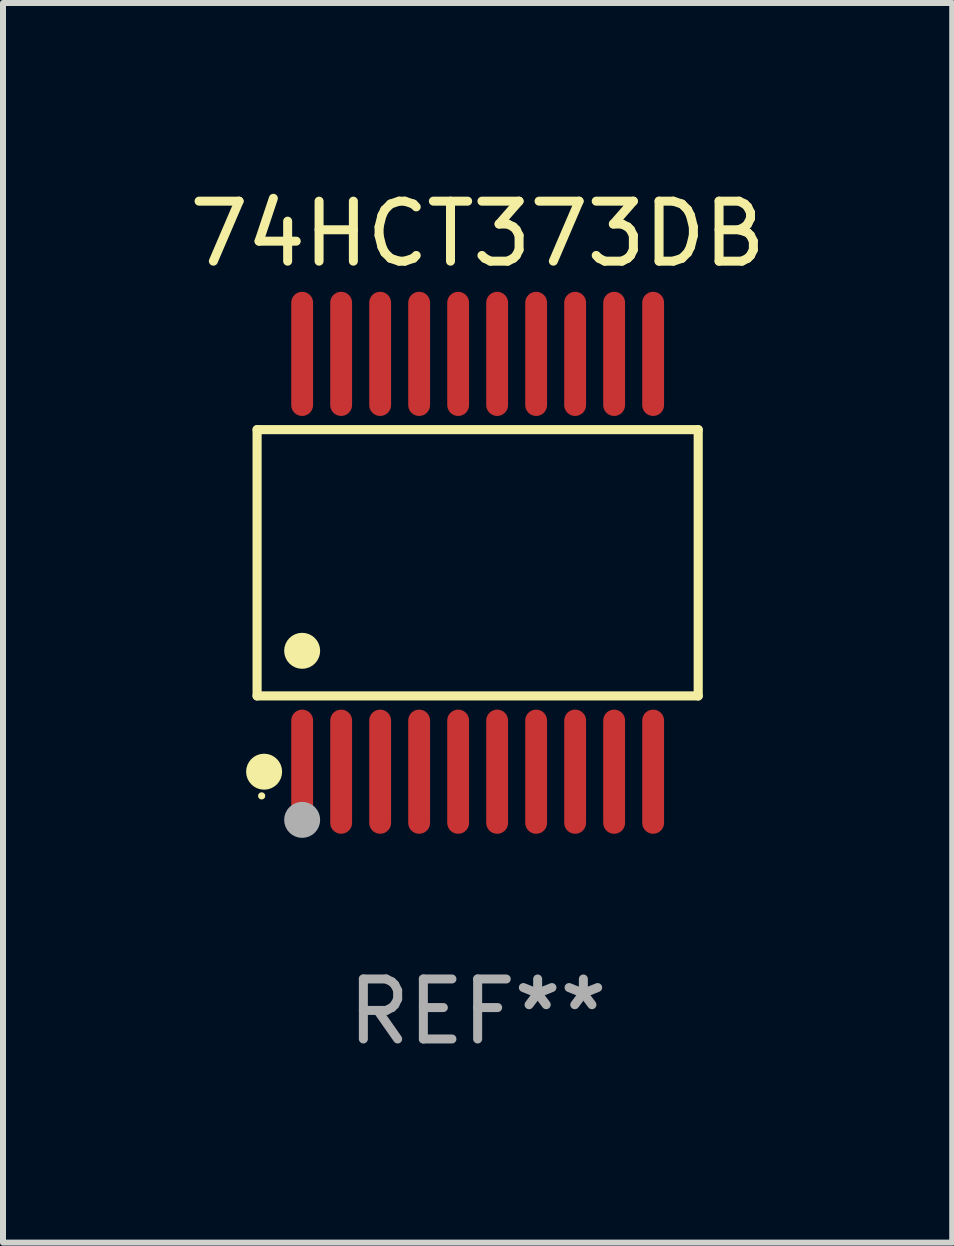
<source format=kicad_pcb>
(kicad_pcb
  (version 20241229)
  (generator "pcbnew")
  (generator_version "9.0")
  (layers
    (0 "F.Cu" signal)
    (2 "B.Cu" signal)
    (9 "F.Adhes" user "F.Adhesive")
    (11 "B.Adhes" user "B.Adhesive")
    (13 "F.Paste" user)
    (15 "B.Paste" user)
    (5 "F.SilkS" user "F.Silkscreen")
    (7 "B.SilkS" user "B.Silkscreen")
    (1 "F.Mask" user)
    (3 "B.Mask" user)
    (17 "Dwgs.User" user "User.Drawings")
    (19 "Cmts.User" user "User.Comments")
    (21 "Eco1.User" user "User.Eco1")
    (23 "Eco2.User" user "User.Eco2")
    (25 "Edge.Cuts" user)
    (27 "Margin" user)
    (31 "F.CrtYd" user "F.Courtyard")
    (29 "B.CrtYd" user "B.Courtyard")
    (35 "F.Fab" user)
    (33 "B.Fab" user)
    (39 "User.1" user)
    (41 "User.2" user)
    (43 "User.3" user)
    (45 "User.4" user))
  (footprint "74HCT373DB"
    (layer "F.Cu")
    (at 4.911 6.33)
    (property "Reference" "74HCT373DB" (at 0 -5.482 0) (layer "F.SilkS") (effects (font (size 1 1) (thickness 0.15))))
    (attr through_hole)
    (fp_line (start -3.676 -2.219) (end 3.676 -2.219) (stroke (width 0.152) (type solid)) (layer "F.SilkS"))
    (fp_line (start -3.676 2.219) (end -3.676 -2.219) (stroke (width 0.152) (type solid)) (layer "F.SilkS"))
    (fp_line (start 3.676 -2.219) (end 3.676 2.219) (stroke (width 0.152) (type solid)) (layer "F.SilkS"))
    (fp_line (start 3.676 2.219) (end -3.676 2.219) (stroke (width 0.152) (type solid)) (layer "F.SilkS"))
    (fp_circle (center -3.6 3.885) (end -3.57 3.885) (stroke (width 0.06) (type solid)) (fill no) (layer "F.SilkS"))
    (fp_circle (center -3.559 3.482) (end -3.409 3.482) (stroke (width 0.3) (type solid)) (fill no) (layer "F.SilkS"))
    (fp_circle (center -2.925 1.467) (end -2.775 1.467) (stroke (width 0.3) (type solid)) (fill no) (layer "F.SilkS"))
    (fp_circle (center -2.925 4.285) (end -2.775 4.285) (stroke (width 0.3) (type solid)) (fill no) (layer "F.Fab"))
    (fp_text user "REF**" (at 0 7.482 0) (layer "F.Fab") (effects (font (size 1 1) (thickness 0.15))))
    (pad "1" smd oval (at -2.925 3.482) (size 0.364 2.069) (layers "F.Cu" "F.Mask" "F.Paste"))
    (pad "2" smd oval (at -2.275 3.482) (size 0.364 2.069) (layers "F.Cu" "F.Mask" "F.Paste"))
    (pad "3" smd oval (at -1.625 3.482) (size 0.364 2.069) (layers "F.Cu" "F.Mask" "F.Paste"))
    (pad "4" smd oval (at -0.975 3.482) (size 0.364 2.069) (layers "F.Cu" "F.Mask" "F.Paste"))
    (pad "5" smd oval (at -0.325 3.482) (size 0.364 2.069) (layers "F.Cu" "F.Mask" "F.Paste"))
    (pad "6" smd oval (at 0.325 3.482) (size 0.364 2.069) (layers "F.Cu" "F.Mask" "F.Paste"))
    (pad "7" smd oval (at 0.975 3.482) (size 0.364 2.069) (layers "F.Cu" "F.Mask" "F.Paste"))
    (pad "8" smd oval (at 1.625 3.482) (size 0.364 2.069) (layers "F.Cu" "F.Mask" "F.Paste"))
    (pad "9" smd oval (at 2.275 3.482) (size 0.364 2.069) (layers "F.Cu" "F.Mask" "F.Paste"))
    (pad "10" smd oval (at 2.925 3.482) (size 0.364 2.069) (layers "F.Cu" "F.Mask" "F.Paste"))
    (pad "11" smd oval (at 2.925 -3.482) (size 0.364 2.069) (layers "F.Cu" "F.Mask" "F.Paste"))
    (pad "12" smd oval (at 2.275 -3.482) (size 0.364 2.069) (layers "F.Cu" "F.Mask" "F.Paste"))
    (pad "13" smd oval (at 1.625 -3.482) (size 0.364 2.069) (layers "F.Cu" "F.Mask" "F.Paste"))
    (pad "14" smd oval (at 0.975 -3.482) (size 0.364 2.069) (layers "F.Cu" "F.Mask" "F.Paste"))
    (pad "15" smd oval (at 0.325 -3.482) (size 0.364 2.069) (layers "F.Cu" "F.Mask" "F.Paste"))
    (pad "16" smd oval (at -0.325 -3.482) (size 0.364 2.069) (layers "F.Cu" "F.Mask" "F.Paste"))
    (pad "17" smd oval (at -0.975 -3.482) (size 0.364 2.069) (layers "F.Cu" "F.Mask" "F.Paste"))
    (pad "18" smd oval (at -1.625 -3.482) (size 0.364 2.069) (layers "F.Cu" "F.Mask" "F.Paste"))
    (pad "19" smd oval (at -2.275 -3.482) (size 0.364 2.069) (layers "F.Cu" "F.Mask" "F.Paste"))
    (pad "20" smd oval (at -2.925 -3.482) (size 0.364 2.069) (layers "F.Cu" "F.Mask" "F.Paste")))
  (gr_rect
    (start -3 -3)
    (end 12.821 17.661)
    (stroke (width 0.1) (type default))
    (fill no)
    (layer "Edge.Cuts")))
</source>
